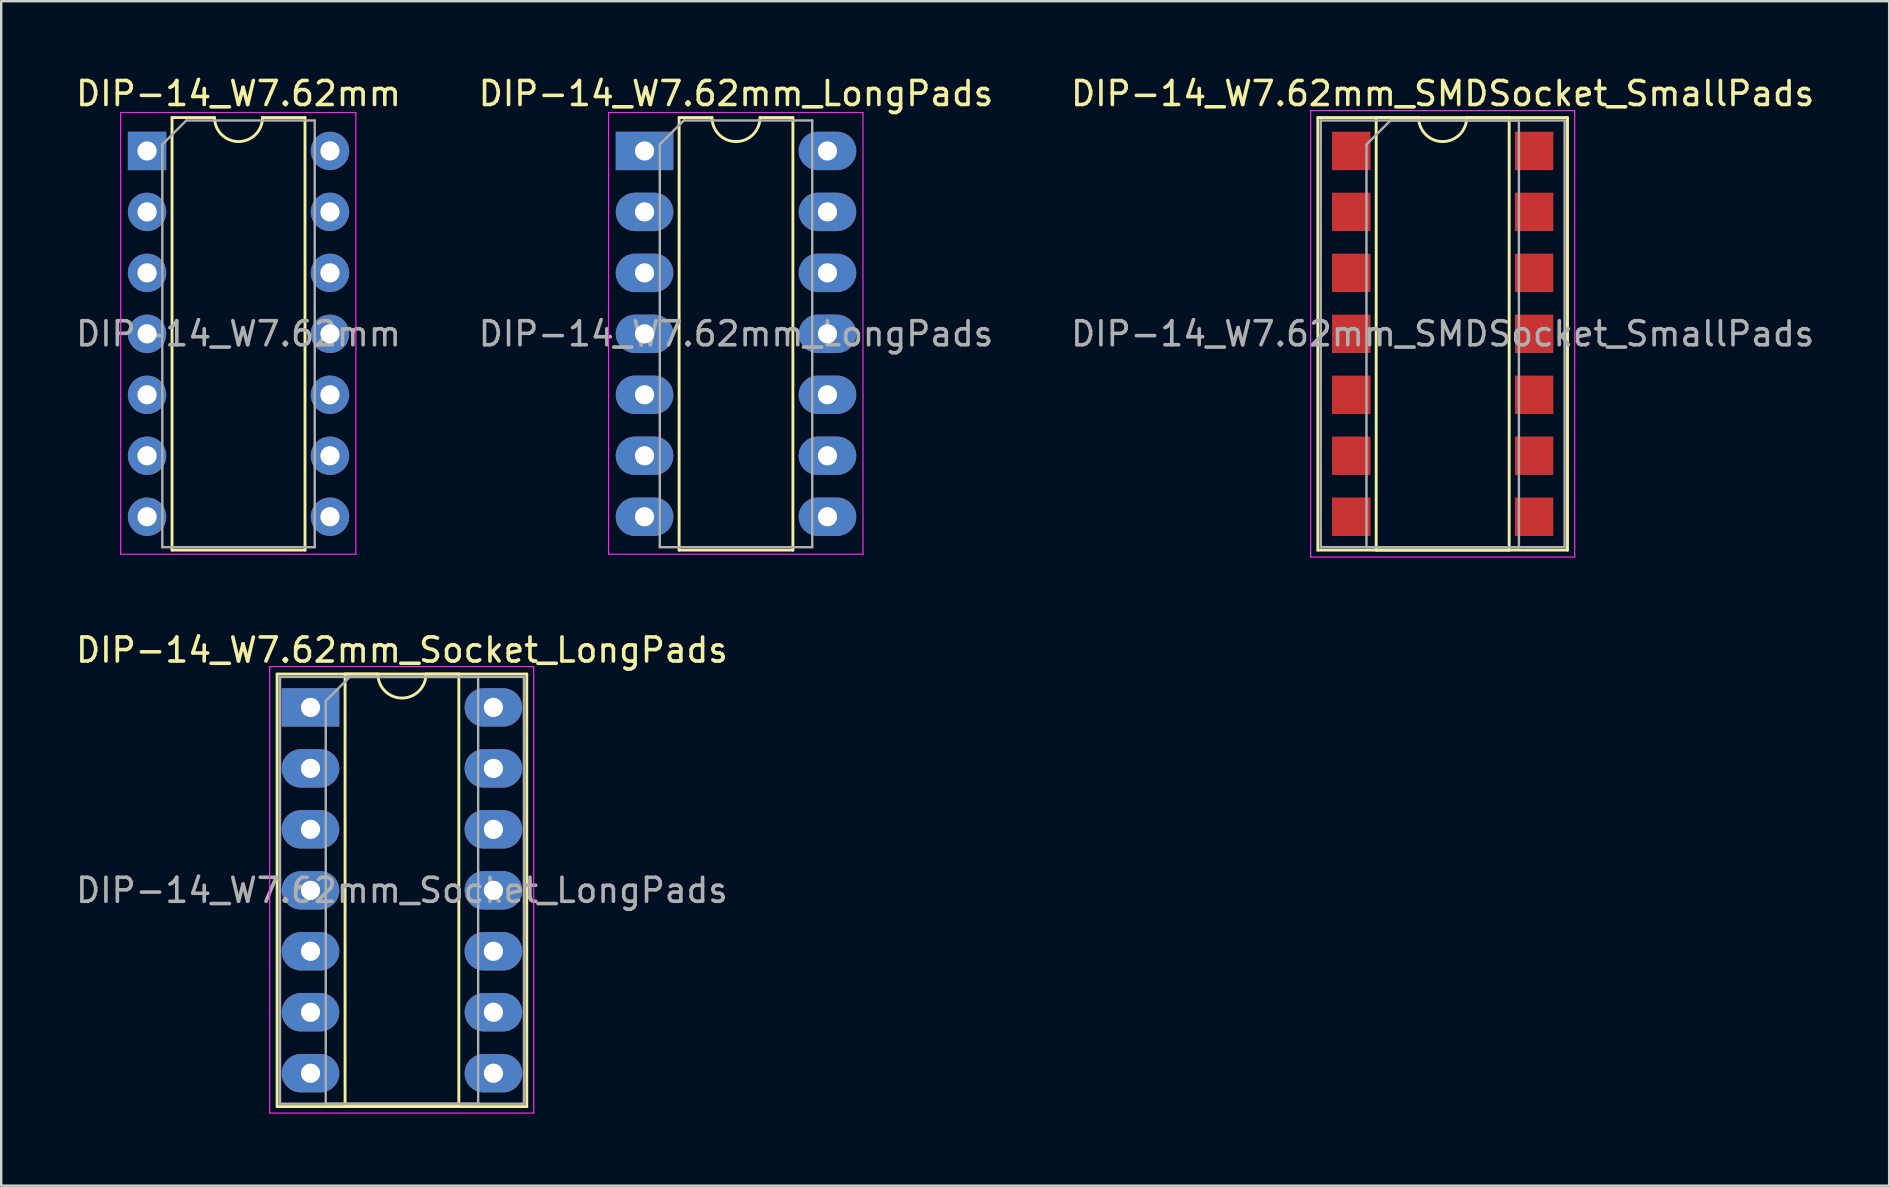
<source format=kicad_pcb>
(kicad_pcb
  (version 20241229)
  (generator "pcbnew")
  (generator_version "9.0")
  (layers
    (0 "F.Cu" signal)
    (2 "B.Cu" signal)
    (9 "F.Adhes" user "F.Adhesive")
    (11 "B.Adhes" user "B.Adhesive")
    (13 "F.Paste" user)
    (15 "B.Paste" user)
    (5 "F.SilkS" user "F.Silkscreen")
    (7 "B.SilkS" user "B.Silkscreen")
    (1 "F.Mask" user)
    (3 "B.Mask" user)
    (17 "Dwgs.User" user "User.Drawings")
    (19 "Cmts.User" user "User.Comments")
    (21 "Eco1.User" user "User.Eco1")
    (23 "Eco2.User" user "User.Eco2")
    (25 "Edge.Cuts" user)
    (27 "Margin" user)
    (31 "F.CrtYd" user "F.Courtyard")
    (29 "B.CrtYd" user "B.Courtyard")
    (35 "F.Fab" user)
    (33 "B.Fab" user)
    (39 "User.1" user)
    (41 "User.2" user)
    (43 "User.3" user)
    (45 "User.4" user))
  (footprint "DIP-14_W7.62mm_Socket_LongPads"
    (layer "F.Cu")
    (at 9.886 26.422)
    (property "Reference" "DIP-14_W7.62mm_Socket_LongPads" (at 3.81 -2.39 0) (layer "F.SilkS") (effects (font (size 1 1) (thickness 0.15))))
    (attr through_hole)
    (fp_line (start -1.39 -1.39) (end -1.39 16.63) (stroke (width 0.12) (type solid)) (layer "F.SilkS"))
    (fp_line (start -1.39 16.63) (end 9.01 16.63) (stroke (width 0.12) (type solid)) (layer "F.SilkS"))
    (fp_line (start 1.44 -1.39) (end 1.44 16.63) (stroke (width 0.12) (type solid)) (layer "F.SilkS"))
    (fp_line (start 1.44 16.63) (end 6.18 16.63) (stroke (width 0.12) (type solid)) (layer "F.SilkS"))
    (fp_line (start 2.81 -1.39) (end 1.44 -1.39) (stroke (width 0.12) (type solid)) (layer "F.SilkS"))
    (fp_line (start 6.18 -1.39) (end 4.81 -1.39) (stroke (width 0.12) (type solid)) (layer "F.SilkS"))
    (fp_line (start 6.18 16.63) (end 6.18 -1.39) (stroke (width 0.12) (type solid)) (layer "F.SilkS"))
    (fp_line (start 9.01 -1.39) (end -1.39 -1.39) (stroke (width 0.12) (type solid)) (layer "F.SilkS"))
    (fp_line (start 9.01 16.63) (end 9.01 -1.39) (stroke (width 0.12) (type solid)) (layer "F.SilkS"))
    (fp_arc (start 4.81 -1.39) (mid 3.81 -0.39) (end 2.81 -1.39) (stroke (width 0.12) (type solid)) (layer "F.SilkS"))
    (fp_line (start -1.7 -1.7) (end -1.7 16.9) (stroke (width 0.05) (type solid)) (layer "F.CrtYd"))
    (fp_line (start -1.7 16.9) (end 9.3 16.9) (stroke (width 0.05) (type solid)) (layer "F.CrtYd"))
    (fp_line (start 9.3 -1.7) (end -1.7 -1.7) (stroke (width 0.05) (type solid)) (layer "F.CrtYd"))
    (fp_line (start 9.3 16.9) (end 9.3 -1.7) (stroke (width 0.05) (type solid)) (layer "F.CrtYd"))
    (fp_line (start -1.27 -1.27) (end -1.27 16.51) (stroke (width 0.1) (type solid)) (layer "F.Fab"))
    (fp_line (start -1.27 16.51) (end 8.89 16.51) (stroke (width 0.1) (type solid)) (layer "F.Fab"))
    (fp_line (start 0.635 -0.27) (end 1.635 -1.27) (stroke (width 0.1) (type solid)) (layer "F.Fab"))
    (fp_line (start 0.635 16.51) (end 0.635 -0.27) (stroke (width 0.1) (type solid)) (layer "F.Fab"))
    (fp_line (start 1.635 -1.27) (end 6.985 -1.27) (stroke (width 0.1) (type solid)) (layer "F.Fab"))
    (fp_line (start 6.985 -1.27) (end 6.985 16.51) (stroke (width 0.1) (type solid)) (layer "F.Fab"))
    (fp_line (start 6.985 16.51) (end 0.635 16.51) (stroke (width 0.1) (type solid)) (layer "F.Fab"))
    (fp_line (start 8.89 -1.27) (end -1.27 -1.27) (stroke (width 0.1) (type solid)) (layer "F.Fab"))
    (fp_line (start 8.89 16.51) (end 8.89 -1.27) (stroke (width 0.1) (type solid)) (layer "F.Fab"))
    (fp_text user "${REFERENCE}" (at 3.81 7.62 0) (layer "F.Fab") (effects (font (size 1 1) (thickness 0.15))))
    (pad "1" thru_hole rect (at 0 0) (size 2.4 1.6) (drill 0.8) (layers "*.Cu" "*.Mask"))
    (pad "2" thru_hole oval (at 0 2.54) (size 2.4 1.6) (drill 0.8) (layers "*.Cu" "*.Mask"))
    (pad "3" thru_hole oval (at 0 5.08) (size 2.4 1.6) (drill 0.8) (layers "*.Cu" "*.Mask"))
    (pad "4" thru_hole oval (at 0 7.62) (size 2.4 1.6) (drill 0.8) (layers "*.Cu" "*.Mask"))
    (pad "5" thru_hole oval (at 0 10.16) (size 2.4 1.6) (drill 0.8) (layers "*.Cu" "*.Mask"))
    (pad "6" thru_hole oval (at 0 12.7) (size 2.4 1.6) (drill 0.8) (layers "*.Cu" "*.Mask"))
    (pad "7" thru_hole oval (at 0 15.24) (size 2.4 1.6) (drill 0.8) (layers "*.Cu" "*.Mask"))
    (pad "8" thru_hole oval (at 7.62 15.24) (size 2.4 1.6) (drill 0.8) (layers "*.Cu" "*.Mask"))
    (pad "9" thru_hole oval (at 7.62 12.7) (size 2.4 1.6) (drill 0.8) (layers "*.Cu" "*.Mask"))
    (pad "10" thru_hole oval (at 7.62 10.16) (size 2.4 1.6) (drill 0.8) (layers "*.Cu" "*.Mask"))
    (pad "11" thru_hole oval (at 7.62 7.62) (size 2.4 1.6) (drill 0.8) (layers "*.Cu" "*.Mask"))
    (pad "12" thru_hole oval (at 7.62 5.08) (size 2.4 1.6) (drill 0.8) (layers "*.Cu" "*.Mask"))
    (pad "13" thru_hole oval (at 7.62 2.54) (size 2.4 1.6) (drill 0.8) (layers "*.Cu" "*.Mask"))
    (pad "14" thru_hole oval (at 7.62 0) (size 2.4 1.6) (drill 0.8) (layers "*.Cu" "*.Mask")))
  (footprint "DIP-14_W7.62mm_LongPads"
    (layer "F.Cu")
    (at 23.803 3.238)
    (property "Reference" "DIP-14_W7.62mm_LongPads" (at 3.81 -2.39 0) (layer "F.SilkS") (effects (font (size 1 1) (thickness 0.15))))
    (attr through_hole)
    (fp_line (start 1.44 -1.39) (end 1.44 16.63) (stroke (width 0.12) (type solid)) (layer "F.SilkS"))
    (fp_line (start 1.44 16.63) (end 6.18 16.63) (stroke (width 0.12) (type solid)) (layer "F.SilkS"))
    (fp_line (start 2.81 -1.39) (end 1.44 -1.39) (stroke (width 0.12) (type solid)) (layer "F.SilkS"))
    (fp_line (start 6.18 -1.39) (end 4.81 -1.39) (stroke (width 0.12) (type solid)) (layer "F.SilkS"))
    (fp_line (start 6.18 16.63) (end 6.18 -1.39) (stroke (width 0.12) (type solid)) (layer "F.SilkS"))
    (fp_arc (start 4.81 -1.39) (mid 3.81 -0.39) (end 2.81 -1.39) (stroke (width 0.12) (type solid)) (layer "F.SilkS"))
    (fp_line (start -1.5 -1.6) (end -1.5 16.8) (stroke (width 0.05) (type solid)) (layer "F.CrtYd"))
    (fp_line (start -1.5 16.8) (end 9.1 16.8) (stroke (width 0.05) (type solid)) (layer "F.CrtYd"))
    (fp_line (start 9.1 -1.6) (end -1.5 -1.6) (stroke (width 0.05) (type solid)) (layer "F.CrtYd"))
    (fp_line (start 9.1 16.8) (end 9.1 -1.6) (stroke (width 0.05) (type solid)) (layer "F.CrtYd"))
    (fp_line (start 0.635 -0.27) (end 1.635 -1.27) (stroke (width 0.1) (type solid)) (layer "F.Fab"))
    (fp_line (start 0.635 16.51) (end 0.635 -0.27) (stroke (width 0.1) (type solid)) (layer "F.Fab"))
    (fp_line (start 1.635 -1.27) (end 6.985 -1.27) (stroke (width 0.1) (type solid)) (layer "F.Fab"))
    (fp_line (start 6.985 -1.27) (end 6.985 16.51) (stroke (width 0.1) (type solid)) (layer "F.Fab"))
    (fp_line (start 6.985 16.51) (end 0.635 16.51) (stroke (width 0.1) (type solid)) (layer "F.Fab"))
    (fp_text user "${REFERENCE}" (at 3.81 7.62 0) (layer "F.Fab") (effects (font (size 1 1) (thickness 0.15))))
    (pad "1" thru_hole rect (at 0 0) (size 2.4 1.6) (drill 0.8) (layers "*.Cu" "*.Mask"))
    (pad "2" thru_hole oval (at 0 2.54) (size 2.4 1.6) (drill 0.8) (layers "*.Cu" "*.Mask"))
    (pad "3" thru_hole oval (at 0 5.08) (size 2.4 1.6) (drill 0.8) (layers "*.Cu" "*.Mask"))
    (pad "4" thru_hole oval (at 0 7.62) (size 2.4 1.6) (drill 0.8) (layers "*.Cu" "*.Mask"))
    (pad "5" thru_hole oval (at 0 10.16) (size 2.4 1.6) (drill 0.8) (layers "*.Cu" "*.Mask"))
    (pad "6" thru_hole oval (at 0 12.7) (size 2.4 1.6) (drill 0.8) (layers "*.Cu" "*.Mask"))
    (pad "7" thru_hole oval (at 0 15.24) (size 2.4 1.6) (drill 0.8) (layers "*.Cu" "*.Mask"))
    (pad "8" thru_hole oval (at 7.62 15.24) (size 2.4 1.6) (drill 0.8) (layers "*.Cu" "*.Mask"))
    (pad "9" thru_hole oval (at 7.62 12.7) (size 2.4 1.6) (drill 0.8) (layers "*.Cu" "*.Mask"))
    (pad "10" thru_hole oval (at 7.62 10.16) (size 2.4 1.6) (drill 0.8) (layers "*.Cu" "*.Mask"))
    (pad "11" thru_hole oval (at 7.62 7.62) (size 2.4 1.6) (drill 0.8) (layers "*.Cu" "*.Mask"))
    (pad "12" thru_hole oval (at 7.62 5.08) (size 2.4 1.6) (drill 0.8) (layers "*.Cu" "*.Mask"))
    (pad "13" thru_hole oval (at 7.62 2.54) (size 2.4 1.6) (drill 0.8) (layers "*.Cu" "*.Mask"))
    (pad "14" thru_hole oval (at 7.62 0) (size 2.4 1.6) (drill 0.8) (layers "*.Cu" "*.Mask")))
  (footprint "DIP-14_W7.62mm_SMDSocket_SmallPads"
    (layer "F.Cu")
    (at 57.054 10.858)
    (property "Reference" "DIP-14_W7.62mm_SMDSocket_SmallPads" (at 0 -10.01 0) (layer "F.SilkS") (effects (font (size 1 1) (thickness 0.15))))
    (attr smd)
    (fp_line (start -5.2 -9.01) (end -5.2 9.01) (stroke (width 0.12) (type solid)) (layer "F.SilkS"))
    (fp_line (start -5.2 9.01) (end 5.2 9.01) (stroke (width 0.12) (type solid)) (layer "F.SilkS"))
    (fp_line (start -2.77 -9.01) (end -2.77 9.01) (stroke (width 0.12) (type solid)) (layer "F.SilkS"))
    (fp_line (start -2.77 9.01) (end 2.77 9.01) (stroke (width 0.12) (type solid)) (layer "F.SilkS"))
    (fp_line (start -1 -9.01) (end -2.77 -9.01) (stroke (width 0.12) (type solid)) (layer "F.SilkS"))
    (fp_line (start 2.77 -9.01) (end 1 -9.01) (stroke (width 0.12) (type solid)) (layer "F.SilkS"))
    (fp_line (start 2.77 9.01) (end 2.77 -9.01) (stroke (width 0.12) (type solid)) (layer "F.SilkS"))
    (fp_line (start 5.2 -9.01) (end -5.2 -9.01) (stroke (width 0.12) (type solid)) (layer "F.SilkS"))
    (fp_line (start 5.2 9.01) (end 5.2 -9.01) (stroke (width 0.12) (type solid)) (layer "F.SilkS"))
    (fp_arc (start 1 -9.01) (mid 0 -8.01) (end -1 -9.01) (stroke (width 0.12) (type solid)) (layer "F.SilkS"))
    (fp_line (start -5.5 -9.3) (end -5.5 9.3) (stroke (width 0.05) (type solid)) (layer "F.CrtYd"))
    (fp_line (start -5.5 9.3) (end 5.5 9.3) (stroke (width 0.05) (type solid)) (layer "F.CrtYd"))
    (fp_line (start 5.5 -9.3) (end -5.5 -9.3) (stroke (width 0.05) (type solid)) (layer "F.CrtYd"))
    (fp_line (start 5.5 9.3) (end 5.5 -9.3) (stroke (width 0.05) (type solid)) (layer "F.CrtYd"))
    (fp_line (start -5.08 -8.89) (end -5.08 8.89) (stroke (width 0.1) (type solid)) (layer "F.Fab"))
    (fp_line (start -5.08 8.89) (end 5.08 8.89) (stroke (width 0.1) (type solid)) (layer "F.Fab"))
    (fp_line (start -3.175 -7.89) (end -2.175 -8.89) (stroke (width 0.1) (type solid)) (layer "F.Fab"))
    (fp_line (start -3.175 8.89) (end -3.175 -7.89) (stroke (width 0.1) (type solid)) (layer "F.Fab"))
    (fp_line (start -2.175 -8.89) (end 3.175 -8.89) (stroke (width 0.1) (type solid)) (layer "F.Fab"))
    (fp_line (start 3.175 -8.89) (end 3.175 8.89) (stroke (width 0.1) (type solid)) (layer "F.Fab"))
    (fp_line (start 3.175 8.89) (end -3.175 8.89) (stroke (width 0.1) (type solid)) (layer "F.Fab"))
    (fp_line (start 5.08 -8.89) (end -5.08 -8.89) (stroke (width 0.1) (type solid)) (layer "F.Fab"))
    (fp_line (start 5.08 8.89) (end 5.08 -8.89) (stroke (width 0.1) (type solid)) (layer "F.Fab"))
    (fp_text user "${REFERENCE}" (at 0 0 0) (layer "F.Fab") (effects (font (size 1 1) (thickness 0.15))))
    (pad "1" smd rect (at -3.81 -7.62) (size 1.6 1.6) (layers "F.Cu" "F.Mask" "F.Paste"))
    (pad "2" smd rect (at -3.81 -5.08) (size 1.6 1.6) (layers "F.Cu" "F.Mask" "F.Paste"))
    (pad "3" smd rect (at -3.81 -2.54) (size 1.6 1.6) (layers "F.Cu" "F.Mask" "F.Paste"))
    (pad "4" smd rect (at -3.81 0) (size 1.6 1.6) (layers "F.Cu" "F.Mask" "F.Paste"))
    (pad "5" smd rect (at -3.81 2.54) (size 1.6 1.6) (layers "F.Cu" "F.Mask" "F.Paste"))
    (pad "6" smd rect (at -3.81 5.08) (size 1.6 1.6) (layers "F.Cu" "F.Mask" "F.Paste"))
    (pad "7" smd rect (at -3.81 7.62) (size 1.6 1.6) (layers "F.Cu" "F.Mask" "F.Paste"))
    (pad "8" smd rect (at 3.81 7.62) (size 1.6 1.6) (layers "F.Cu" "F.Mask" "F.Paste"))
    (pad "9" smd rect (at 3.81 5.08) (size 1.6 1.6) (layers "F.Cu" "F.Mask" "F.Paste"))
    (pad "10" smd rect (at 3.81 2.54) (size 1.6 1.6) (layers "F.Cu" "F.Mask" "F.Paste"))
    (pad "11" smd rect (at 3.81 0) (size 1.6 1.6) (layers "F.Cu" "F.Mask" "F.Paste"))
    (pad "12" smd rect (at 3.81 -2.54) (size 1.6 1.6) (layers "F.Cu" "F.Mask" "F.Paste"))
    (pad "13" smd rect (at 3.81 -5.08) (size 1.6 1.6) (layers "F.Cu" "F.Mask" "F.Paste"))
    (pad "14" smd rect (at 3.81 -7.62) (size 1.6 1.6) (layers "F.Cu" "F.Mask" "F.Paste")))
  (footprint "DIP-14_W7.62mm"
    (layer "F.Cu")
    (at 3.077 3.238)
    (property "Reference" "DIP-14_W7.62mm" (at 3.81 -2.39 0) (layer "F.SilkS") (effects (font (size 1 1) (thickness 0.15))))
    (attr through_hole)
    (fp_line (start 1.04 -1.39) (end 1.04 16.63) (stroke (width 0.12) (type solid)) (layer "F.SilkS"))
    (fp_line (start 1.04 16.63) (end 6.58 16.63) (stroke (width 0.12) (type solid)) (layer "F.SilkS"))
    (fp_line (start 2.81 -1.39) (end 1.04 -1.39) (stroke (width 0.12) (type solid)) (layer "F.SilkS"))
    (fp_line (start 6.58 -1.39) (end 4.81 -1.39) (stroke (width 0.12) (type solid)) (layer "F.SilkS"))
    (fp_line (start 6.58 16.63) (end 6.58 -1.39) (stroke (width 0.12) (type solid)) (layer "F.SilkS"))
    (fp_arc (start 4.81 -1.39) (mid 3.81 -0.39) (end 2.81 -1.39) (stroke (width 0.12) (type solid)) (layer "F.SilkS"))
    (fp_line (start -1.1 -1.6) (end -1.1 16.8) (stroke (width 0.05) (type solid)) (layer "F.CrtYd"))
    (fp_line (start -1.1 16.8) (end 8.7 16.8) (stroke (width 0.05) (type solid)) (layer "F.CrtYd"))
    (fp_line (start 8.7 -1.6) (end -1.1 -1.6) (stroke (width 0.05) (type solid)) (layer "F.CrtYd"))
    (fp_line (start 8.7 16.8) (end 8.7 -1.6) (stroke (width 0.05) (type solid)) (layer "F.CrtYd"))
    (fp_line (start 0.635 -0.27) (end 1.635 -1.27) (stroke (width 0.1) (type solid)) (layer "F.Fab"))
    (fp_line (start 0.635 16.51) (end 0.635 -0.27) (stroke (width 0.1) (type solid)) (layer "F.Fab"))
    (fp_line (start 1.635 -1.27) (end 6.985 -1.27) (stroke (width 0.1) (type solid)) (layer "F.Fab"))
    (fp_line (start 6.985 -1.27) (end 6.985 16.51) (stroke (width 0.1) (type solid)) (layer "F.Fab"))
    (fp_line (start 6.985 16.51) (end 0.635 16.51) (stroke (width 0.1) (type solid)) (layer "F.Fab"))
    (fp_text user "${REFERENCE}" (at 3.81 7.62 0) (layer "F.Fab") (effects (font (size 1 1) (thickness 0.15))))
    (pad "1" thru_hole rect (at 0 0) (size 1.6 1.6) (drill 0.8) (layers "*.Cu" "*.Mask"))
    (pad "2" thru_hole oval (at 0 2.54) (size 1.6 1.6) (drill 0.8) (layers "*.Cu" "*.Mask"))
    (pad "3" thru_hole oval (at 0 5.08) (size 1.6 1.6) (drill 0.8) (layers "*.Cu" "*.Mask"))
    (pad "4" thru_hole oval (at 0 7.62) (size 1.6 1.6) (drill 0.8) (layers "*.Cu" "*.Mask"))
    (pad "5" thru_hole oval (at 0 10.16) (size 1.6 1.6) (drill 0.8) (layers "*.Cu" "*.Mask"))
    (pad "6" thru_hole oval (at 0 12.7) (size 1.6 1.6) (drill 0.8) (layers "*.Cu" "*.Mask"))
    (pad "7" thru_hole oval (at 0 15.24) (size 1.6 1.6) (drill 0.8) (layers "*.Cu" "*.Mask"))
    (pad "8" thru_hole oval (at 7.62 15.24) (size 1.6 1.6) (drill 0.8) (layers "*.Cu" "*.Mask"))
    (pad "9" thru_hole oval (at 7.62 12.7) (size 1.6 1.6) (drill 0.8) (layers "*.Cu" "*.Mask"))
    (pad "10" thru_hole oval (at 7.62 10.16) (size 1.6 1.6) (drill 0.8) (layers "*.Cu" "*.Mask"))
    (pad "11" thru_hole oval (at 7.62 7.62) (size 1.6 1.6) (drill 0.8) (layers "*.Cu" "*.Mask"))
    (pad "12" thru_hole oval (at 7.62 5.08) (size 1.6 1.6) (drill 0.8) (layers "*.Cu" "*.Mask"))
    (pad "13" thru_hole oval (at 7.62 2.54) (size 1.6 1.6) (drill 0.8) (layers "*.Cu" "*.Mask"))
    (pad "14" thru_hole oval (at 7.62 0) (size 1.6 1.6) (drill 0.8) (layers "*.Cu" "*.Mask")))
  (gr_rect
    (start -3 -3)
    (end 75.655 46.346)
    (stroke (width 0.1) (type default))
    (fill no)
    (layer "Edge.Cuts")))
</source>
